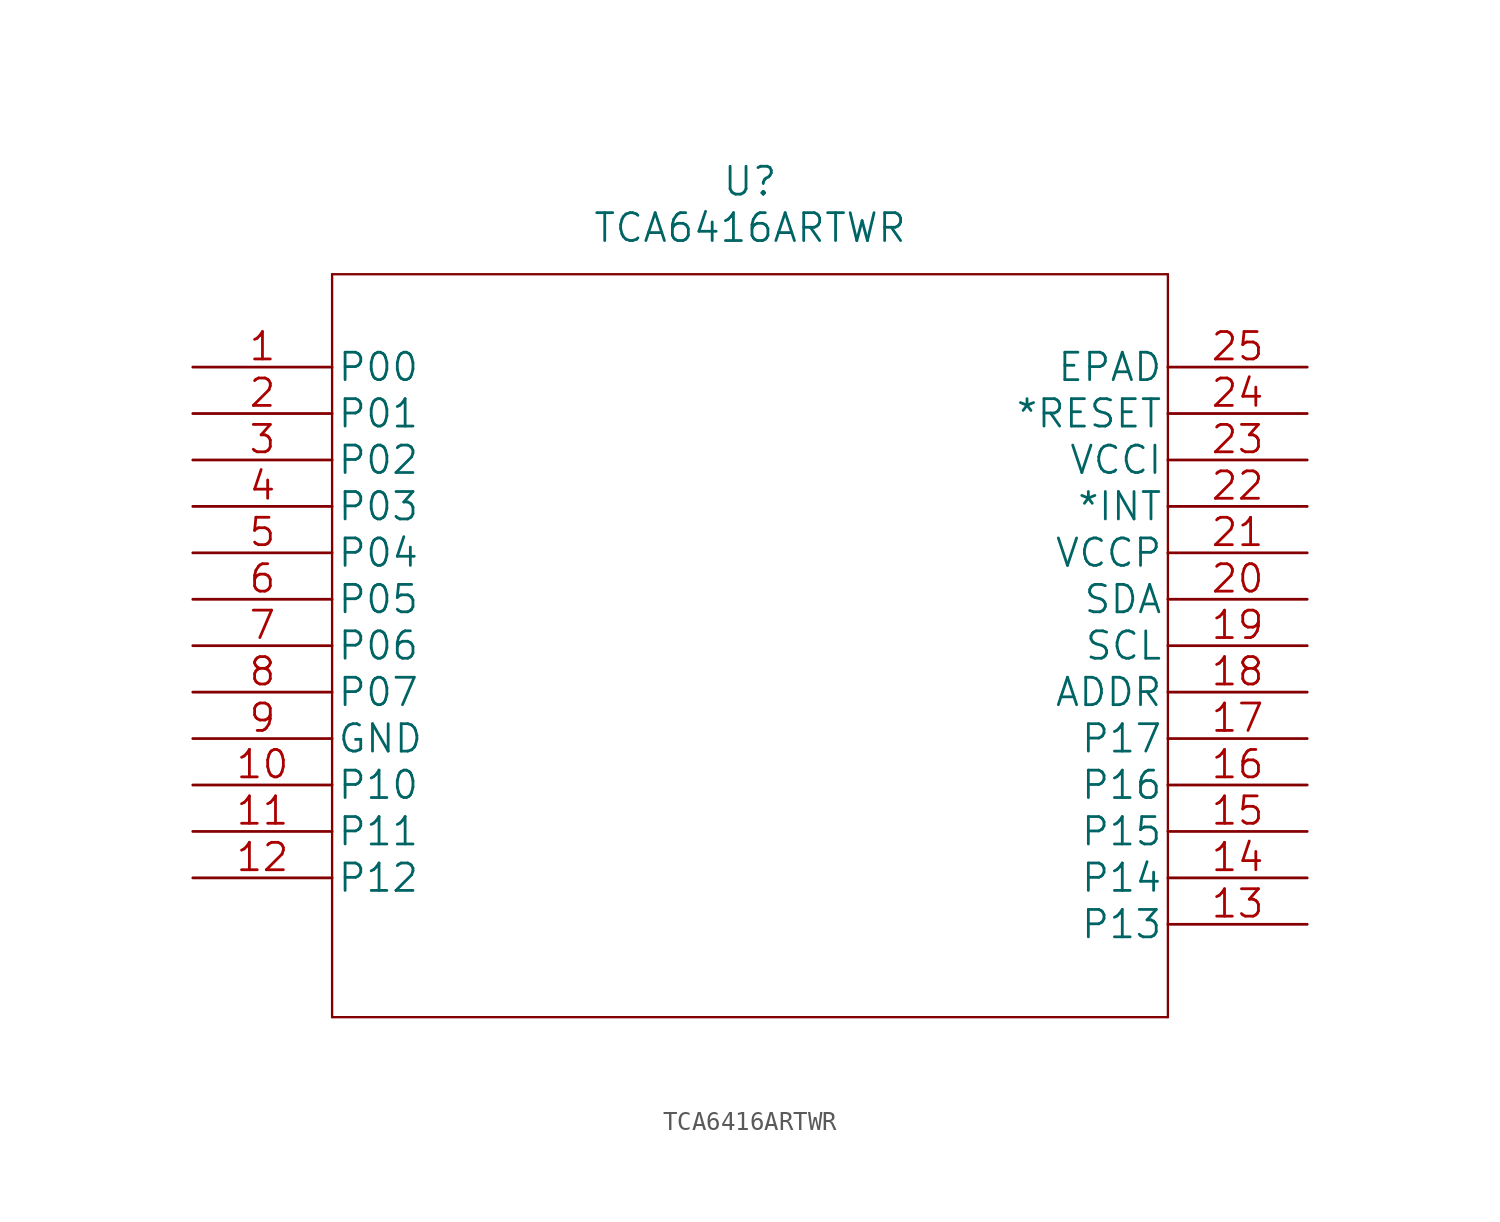
<source format=kicad_sym>
(kicad_symbol_lib
  (version 20220914)
  (generator kicad_symbol_editor)
  (symbol "TCA6416ARTWR"
    (pin_names
      (offset 0.254))
    (property "Reference" "U"
      (at 30.48 10.16 0)
      (effects (font (size 1.524 1.524))))
    (property "Value" "TCA6416ARTWR"
      (at 30.48 7.62 0)
      (effects (font (size 1.524 1.524))))
    (property "Datasheet" ""
      (at 0 0 0)
      (effects (font (size 1.524 1.524))))
    (property "ki_locked" ""
      (at 0 0 0)
      (effects (font (size 1.27 1.27))))
    (symbol "TCA6416ARTWR_1_1"
      (polyline (pts (xy 7.62 -35.56) (xy 53.34 -35.56)) (stroke (width 0.127) (type solid)) (fill (type none)))
      (polyline (pts (xy 7.62 5.08) (xy 7.62 -35.56)) (stroke (width 0.127) (type solid)) (fill (type none)))
      (polyline (pts (xy 53.34 -35.56) (xy 53.34 5.08)) (stroke (width 0.127) (type solid)) (fill (type none)))
      (polyline (pts (xy 53.34 5.08) (xy 7.62 5.08)) (stroke (width 0.127) (type solid)) (fill (type none)))
      (pin output line (at 0 0 0) (length 7.62) (name "P00" (effects (font (size 1.499 1.499)))) (number "1" (effects (font (size 1.499 1.499)))))
      (pin output line (at 0 -22.86 0) (length 7.62) (name "P10" (effects (font (size 1.499 1.499)))) (number "10" (effects (font (size 1.499 1.499)))))
      (pin output line (at 0 -25.4 0) (length 7.62) (name "P11" (effects (font (size 1.499 1.499)))) (number "11" (effects (font (size 1.499 1.499)))))
      (pin power_in line (at 0 -27.94 0) (length 7.62) (name "P12" (effects (font (size 1.499 1.499)))) (number "12" (effects (font (size 1.499 1.499)))))
      (pin output line (at 60.96 -30.48 180) (length 7.62) (name "P13" (effects (font (size 1.499 1.499)))) (number "13" (effects (font (size 1.499 1.499)))))
      (pin output line (at 60.96 -27.94 180) (length 7.62) (name "P14" (effects (font (size 1.499 1.499)))) (number "14" (effects (font (size 1.499 1.499)))))
      (pin output line (at 60.96 -25.4 180) (length 7.62) (name "P15" (effects (font (size 1.499 1.499)))) (number "15" (effects (font (size 1.499 1.499)))))
      (pin output line (at 60.96 -22.86 180) (length 7.62) (name "P16" (effects (font (size 1.499 1.499)))) (number "16" (effects (font (size 1.499 1.499)))))
      (pin output line (at 60.96 -20.32 180) (length 7.62) (name "P17" (effects (font (size 1.499 1.499)))) (number "17" (effects (font (size 1.499 1.499)))))
      (pin unspecified line (at 60.96 -17.78 180) (length 7.62) (name "ADDR" (effects (font (size 1.499 1.499)))) (number "18" (effects (font (size 1.499 1.499)))))
      (pin unspecified line (at 60.96 -15.24 180) (length 7.62) (name "SCL" (effects (font (size 1.499 1.499)))) (number "19" (effects (font (size 1.499 1.499)))))
      (pin output line (at 0 -2.54 0) (length 7.62) (name "P01" (effects (font (size 1.499 1.499)))) (number "2" (effects (font (size 1.499 1.499)))))
      (pin unspecified line (at 60.96 -12.7 180) (length 7.62) (name "SDA" (effects (font (size 1.499 1.499)))) (number "20" (effects (font (size 1.499 1.499)))))
      (pin power_in line (at 60.96 -10.16 180) (length 7.62) (name "VCCP" (effects (font (size 1.499 1.499)))) (number "21" (effects (font (size 1.499 1.499)))))
      (pin output line (at 60.96 -7.62 180) (length 7.62) (name "*INT" (effects (font (size 1.499 1.499)))) (number "22" (effects (font (size 1.499 1.499)))))
      (pin power_in line (at 60.96 -5.08 180) (length 7.62) (name "VCCI" (effects (font (size 1.499 1.499)))) (number "23" (effects (font (size 1.499 1.499)))))
      (pin input line (at 60.96 -2.54 180) (length 7.62) (name "*RESET" (effects (font (size 1.499 1.499)))) (number "24" (effects (font (size 1.499 1.499)))))
      (pin unspecified line (at 60.96 0 180) (length 7.62) (name "EPAD" (effects (font (size 1.499 1.499)))) (number "25" (effects (font (size 1.499 1.499)))))
      (pin output line (at 0 -5.08 0) (length 7.62) (name "P02" (effects (font (size 1.499 1.499)))) (number "3" (effects (font (size 1.499 1.499)))))
      (pin output line (at 0 -7.62 0) (length 7.62) (name "P03" (effects (font (size 1.499 1.499)))) (number "4" (effects (font (size 1.499 1.499)))))
      (pin output line (at 0 -10.16 0) (length 7.62) (name "P04" (effects (font (size 1.499 1.499)))) (number "5" (effects (font (size 1.499 1.499)))))
      (pin output line (at 0 -12.7 0) (length 7.62) (name "P05" (effects (font (size 1.499 1.499)))) (number "6" (effects (font (size 1.499 1.499)))))
      (pin output line (at 0 -15.24 0) (length 7.62) (name "P06" (effects (font (size 1.499 1.499)))) (number "7" (effects (font (size 1.499 1.499)))))
      (pin output line (at 0 -17.78 0) (length 7.62) (name "P07" (effects (font (size 1.499 1.499)))) (number "8" (effects (font (size 1.499 1.499)))))
      (pin power_in line (at 0 -20.32 0) (length 7.62) (name "GND" (effects (font (size 1.499 1.499)))) (number "9" (effects (font (size 1.499 1.499))))))))
</source>
